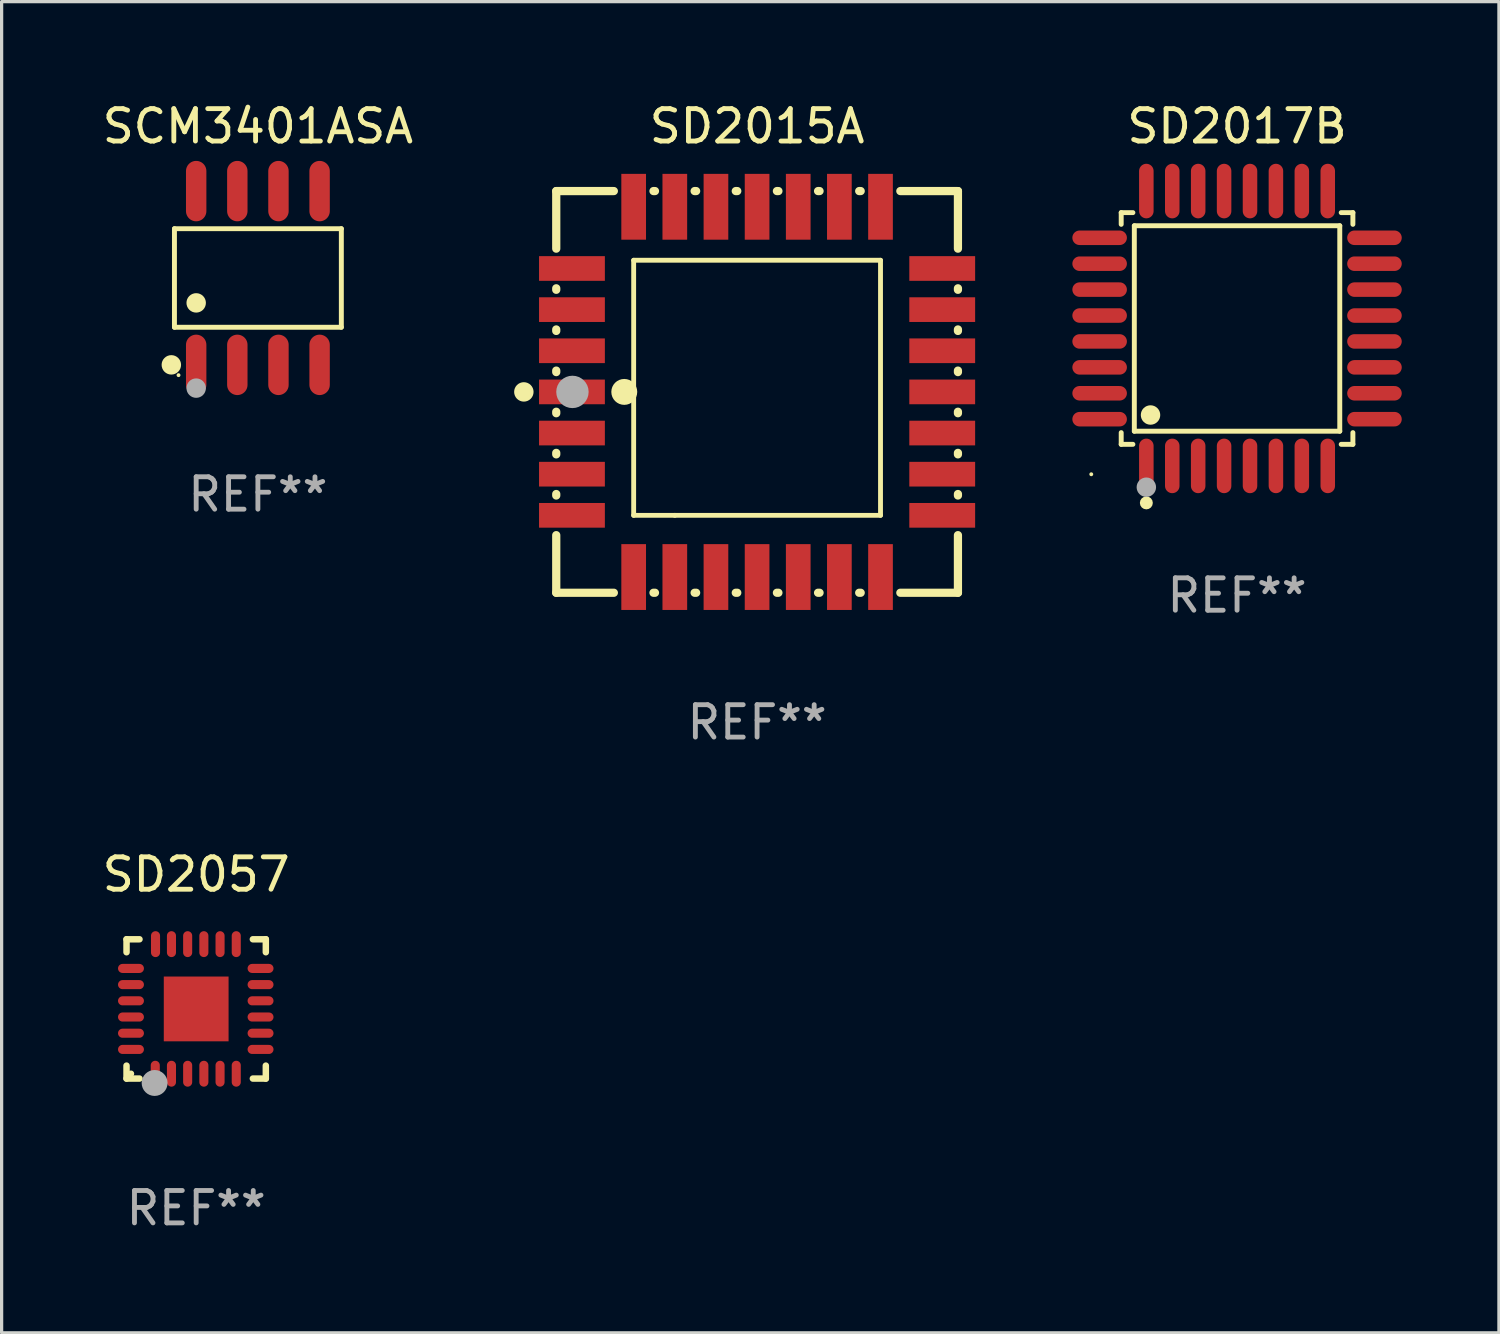
<source format=kicad_pcb>
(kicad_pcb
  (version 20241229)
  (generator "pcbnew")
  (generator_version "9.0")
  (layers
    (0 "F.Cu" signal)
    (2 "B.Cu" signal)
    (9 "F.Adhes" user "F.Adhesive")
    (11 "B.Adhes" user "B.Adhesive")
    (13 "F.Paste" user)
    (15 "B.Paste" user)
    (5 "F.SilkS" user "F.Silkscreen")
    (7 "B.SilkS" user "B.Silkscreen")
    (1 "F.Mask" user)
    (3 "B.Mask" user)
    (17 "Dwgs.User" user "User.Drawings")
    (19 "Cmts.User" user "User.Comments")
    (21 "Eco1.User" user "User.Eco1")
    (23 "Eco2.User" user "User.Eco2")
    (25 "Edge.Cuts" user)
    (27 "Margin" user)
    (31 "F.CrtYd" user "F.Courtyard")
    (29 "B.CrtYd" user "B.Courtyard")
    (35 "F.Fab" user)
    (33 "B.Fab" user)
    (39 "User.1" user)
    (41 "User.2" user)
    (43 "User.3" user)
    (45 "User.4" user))
  (footprint "SD2015A"
    (layer "F.Cu")
    (at 20.321 9.048)
    (property "Reference" "SD2015A" (at 0 -8.2 0) (layer "F.SilkS") (effects (font (size 1 1) (thickness 0.15))))
    (attr through_hole)
    (fp_line (start -6.2 -6.2) (end -4.422 -6.2) (stroke (width 0.254) (type solid)) (layer "F.SilkS"))
    (fp_line (start -6.2 -4.422) (end -6.2 -6.2) (stroke (width 0.254) (type solid)) (layer "F.SilkS"))
    (fp_line (start -6.2 -3.152) (end -6.2 -3.198) (stroke (width 0.254) (type solid)) (layer "F.SilkS"))
    (fp_line (start -6.2 -1.882) (end -6.2 -1.928) (stroke (width 0.254) (type solid)) (layer "F.SilkS"))
    (fp_line (start -6.2 -0.612) (end -6.2 -0.658) (stroke (width 0.254) (type solid)) (layer "F.SilkS"))
    (fp_line (start -6.2 0.658) (end -6.2 0.612) (stroke (width 0.254) (type solid)) (layer "F.SilkS"))
    (fp_line (start -6.2 1.928) (end -6.2 1.882) (stroke (width 0.254) (type solid)) (layer "F.SilkS"))
    (fp_line (start -6.2 3.198) (end -6.2 3.152) (stroke (width 0.254) (type solid)) (layer "F.SilkS"))
    (fp_line (start -6.2 6.2) (end -6.2 4.422) (stroke (width 0.254) (type solid)) (layer "F.SilkS"))
    (fp_line (start -4.422 6.2) (end -6.2 6.2) (stroke (width 0.254) (type solid)) (layer "F.SilkS"))
    (fp_line (start -3.81 -4.064) (end 3.81 -4.064) (stroke (width 0.15) (type solid)) (layer "F.SilkS"))
    (fp_line (start -3.81 3.81) (end -3.81 -4.064) (stroke (width 0.15) (type solid)) (layer "F.SilkS"))
    (fp_line (start -3.198 -6.2) (end -3.152 -6.2) (stroke (width 0.254) (type solid)) (layer "F.SilkS"))
    (fp_line (start -3.152 6.2) (end -3.198 6.2) (stroke (width 0.254) (type solid)) (layer "F.SilkS"))
    (fp_line (start -2.54 3.81) (end -3.81 3.81) (stroke (width 0.15) (type solid)) (layer "F.SilkS"))
    (fp_line (start -1.928 -6.2) (end -1.882 -6.2) (stroke (width 0.254) (type solid)) (layer "F.SilkS"))
    (fp_line (start -1.882 6.2) (end -1.928 6.2) (stroke (width 0.254) (type solid)) (layer "F.SilkS"))
    (fp_line (start -0.658 -6.2) (end -0.612 -6.2) (stroke (width 0.254) (type solid)) (layer "F.SilkS"))
    (fp_line (start -0.612 6.2) (end -0.658 6.2) (stroke (width 0.254) (type solid)) (layer "F.SilkS"))
    (fp_line (start 0.612 -6.2) (end 0.658 -6.2) (stroke (width 0.254) (type solid)) (layer "F.SilkS"))
    (fp_line (start 0.658 6.2) (end 0.612 6.2) (stroke (width 0.254) (type solid)) (layer "F.SilkS"))
    (fp_line (start 1.882 -6.2) (end 1.928 -6.2) (stroke (width 0.254) (type solid)) (layer "F.SilkS"))
    (fp_line (start 1.928 6.2) (end 1.882 6.2) (stroke (width 0.254) (type solid)) (layer "F.SilkS"))
    (fp_line (start 3.152 -6.2) (end 3.198 -6.2) (stroke (width 0.254) (type solid)) (layer "F.SilkS"))
    (fp_line (start 3.198 6.2) (end 3.152 6.2) (stroke (width 0.254) (type solid)) (layer "F.SilkS"))
    (fp_line (start 3.81 -4.064) (end 3.81 3.81) (stroke (width 0.15) (type solid)) (layer "F.SilkS"))
    (fp_line (start 3.81 3.81) (end -2.54 3.81) (stroke (width 0.15) (type solid)) (layer "F.SilkS"))
    (fp_line (start 4.422 -6.2) (end 6.2 -6.2) (stroke (width 0.254) (type solid)) (layer "F.SilkS"))
    (fp_line (start 6.2 -6.2) (end 6.2 -4.422) (stroke (width 0.254) (type solid)) (layer "F.SilkS"))
    (fp_line (start 6.2 -3.198) (end 6.2 -3.152) (stroke (width 0.254) (type solid)) (layer "F.SilkS"))
    (fp_line (start 6.2 -1.928) (end 6.2 -1.882) (stroke (width 0.254) (type solid)) (layer "F.SilkS"))
    (fp_line (start 6.2 -0.658) (end 6.2 -0.612) (stroke (width 0.254) (type solid)) (layer "F.SilkS"))
    (fp_line (start 6.2 0.612) (end 6.2 0.658) (stroke (width 0.254) (type solid)) (layer "F.SilkS"))
    (fp_line (start 6.2 1.882) (end 6.2 1.928) (stroke (width 0.254) (type solid)) (layer "F.SilkS"))
    (fp_line (start 6.2 3.152) (end 6.2 3.198) (stroke (width 0.254) (type solid)) (layer "F.SilkS"))
    (fp_line (start 6.2 4.422) (end 6.2 6.2) (stroke (width 0.254) (type solid)) (layer "F.SilkS"))
    (fp_line (start 6.2 6.2) (end 4.422 6.2) (stroke (width 0.254) (type solid)) (layer "F.SilkS"))
    (fp_circle (center -7.2 0) (end -7.05 0) (stroke (width 0.3) (type solid)) (fill no) (layer "F.SilkS"))
    (fp_circle (center -6.223 6.223) (end -6.193 6.223) (stroke (width 0.06) (type solid)) (fill no) (layer "F.SilkS"))
    (fp_circle (center -4.1 0) (end -3.9 0) (stroke (width 0.4) (type solid)) (fill no) (layer "F.SilkS"))
    (fp_circle (center -5.7 0) (end -5.45 0) (stroke (width 0.5) (type solid)) (fill no) (layer "F.Fab"))
    (fp_text user "REF**" (at 0 10.2 0) (layer "F.Fab") (effects (font (size 1 1) (thickness 0.15))))
    (pad "1" smd rect (at -5.715 0) (size 2.032 0.762) (layers "F.Cu" "F.Mask" "F.Paste"))
    (pad "2" smd rect (at -5.715 1.27) (size 2.032 0.762) (layers "F.Cu" "F.Mask" "F.Paste"))
    (pad "3" smd rect (at -5.715 2.54) (size 2.032 0.762) (layers "F.Cu" "F.Mask" "F.Paste"))
    (pad "4" smd rect (at -5.715 3.81) (size 2.032 0.762) (layers "F.Cu" "F.Mask" "F.Paste"))
    (pad "5" smd rect (at -3.81 5.715) (size 0.762 2.032) (layers "F.Cu" "F.Mask" "F.Paste"))
    (pad "6" smd rect (at -2.54 5.715) (size 0.762 2.032) (layers "F.Cu" "F.Mask" "F.Paste"))
    (pad "7" smd rect (at -1.27 5.715) (size 0.762 2.032) (layers "F.Cu" "F.Mask" "F.Paste"))
    (pad "8" smd rect (at 0 5.715) (size 0.762 2.032) (layers "F.Cu" "F.Mask" "F.Paste"))
    (pad "9" smd rect (at 1.27 5.715) (size 0.762 2.032) (layers "F.Cu" "F.Mask" "F.Paste"))
    (pad "10" smd rect (at 2.54 5.715) (size 0.762 2.032) (layers "F.Cu" "F.Mask" "F.Paste"))
    (pad "11" smd rect (at 3.81 5.715) (size 0.762 2.032) (layers "F.Cu" "F.Mask" "F.Paste"))
    (pad "12" smd rect (at 5.715 3.81) (size 2.032 0.762) (layers "F.Cu" "F.Mask" "F.Paste"))
    (pad "13" smd rect (at 5.715 2.54) (size 2.032 0.762) (layers "F.Cu" "F.Mask" "F.Paste"))
    (pad "14" smd rect (at 5.715 1.27) (size 2.032 0.762) (layers "F.Cu" "F.Mask" "F.Paste"))
    (pad "15" smd rect (at 5.715 0) (size 2.032 0.762) (layers "F.Cu" "F.Mask" "F.Paste"))
    (pad "16" smd rect (at 5.715 -1.27) (size 2.032 0.762) (layers "F.Cu" "F.Mask" "F.Paste"))
    (pad "17" smd rect (at 5.715 -2.54) (size 2.032 0.762) (layers "F.Cu" "F.Mask" "F.Paste"))
    (pad "18" smd rect (at 5.715 -3.81) (size 2.032 0.762) (layers "F.Cu" "F.Mask" "F.Paste"))
    (pad "19" smd rect (at 3.81 -5.715) (size 0.762 2.032) (layers "F.Cu" "F.Mask" "F.Paste"))
    (pad "20" smd rect (at 2.54 -5.715) (size 0.762 2.032) (layers "F.Cu" "F.Mask" "F.Paste"))
    (pad "21" smd rect (at 1.27 -5.715) (size 0.762 2.032) (layers "F.Cu" "F.Mask" "F.Paste"))
    (pad "22" smd rect (at 0 -5.715) (size 0.762 2.032) (layers "F.Cu" "F.Mask" "F.Paste"))
    (pad "23" smd rect (at -1.27 -5.715) (size 0.762 2.032) (layers "F.Cu" "F.Mask" "F.Paste"))
    (pad "24" smd rect (at -2.54 -5.715) (size 0.762 2.032) (layers "F.Cu" "F.Mask" "F.Paste"))
    (pad "25" smd rect (at -3.81 -5.715) (size 0.762 2.032) (layers "F.Cu" "F.Mask" "F.Paste"))
    (pad "26" smd rect (at -5.715 -3.81) (size 2.032 0.762) (layers "F.Cu" "F.Mask" "F.Paste"))
    (pad "27" smd rect (at -5.715 -2.54) (size 2.032 0.762) (layers "F.Cu" "F.Mask" "F.Paste"))
    (pad "28" smd rect (at -5.715 -1.27) (size 2.032 0.762) (layers "F.Cu" "F.Mask" "F.Paste")))
  (footprint "SD2017B"
    (layer "F.Cu")
    (at 35.137 7.09)
    (property "Reference" "SD2017B" (at 0 -6.242 0) (layer "F.SilkS") (effects (font (size 1 1) (thickness 0.15))))
    (attr through_hole)
    (fp_line (start -3.576 -3.576) (end -3.215 -3.576) (stroke (width 0.152) (type solid)) (layer "F.SilkS"))
    (fp_line (start -3.576 -3.215) (end -3.576 -3.576) (stroke (width 0.152) (type solid)) (layer "F.SilkS"))
    (fp_line (start -3.576 3.215) (end -3.576 3.576) (stroke (width 0.152) (type solid)) (layer "F.SilkS"))
    (fp_line (start -3.576 3.576) (end -3.215 3.576) (stroke (width 0.152) (type solid)) (layer "F.SilkS"))
    (fp_line (start -3.171 -3.171) (end 3.171 -3.171) (stroke (width 0.152) (type solid)) (layer "F.SilkS"))
    (fp_line (start -3.171 3.171) (end -3.171 -3.171) (stroke (width 0.152) (type solid)) (layer "F.SilkS"))
    (fp_line (start 3.171 -3.171) (end 3.171 3.171) (stroke (width 0.152) (type solid)) (layer "F.SilkS"))
    (fp_line (start 3.171 3.171) (end -3.171 3.171) (stroke (width 0.152) (type solid)) (layer "F.SilkS"))
    (fp_line (start 3.576 -3.576) (end 3.215 -3.576) (stroke (width 0.152) (type solid)) (layer "F.SilkS"))
    (fp_line (start 3.576 -3.215) (end 3.576 -3.576) (stroke (width 0.152) (type solid)) (layer "F.SilkS"))
    (fp_line (start 3.576 3.215) (end 3.576 3.576) (stroke (width 0.152) (type solid)) (layer "F.SilkS"))
    (fp_line (start 3.576 3.576) (end 3.215 3.576) (stroke (width 0.152) (type solid)) (layer "F.SilkS"))
    (fp_circle (center -4.5 4.5) (end -4.47 4.5) (stroke (width 0.06) (type solid)) (fill no) (layer "F.SilkS"))
    (fp_circle (center -2.8 5.384) (end -2.7 5.384) (stroke (width 0.2) (type solid)) (fill no) (layer "F.SilkS"))
    (fp_circle (center -2.671 2.671) (end -2.521 2.671) (stroke (width 0.3) (type solid)) (fill no) (layer "F.SilkS"))
    (fp_circle (center -2.8 4.9) (end -2.65 4.9) (stroke (width 0.3) (type solid)) (fill no) (layer "F.Fab"))
    (fp_text user "REF**" (at 0 8.242 0) (layer "F.Fab") (effects (font (size 1 1) (thickness 0.15))))
    (pad "1" smd oval (at -2.8 4.242) (size 0.448 1.684) (layers "F.Cu" "F.Mask" "F.Paste"))
    (pad "2" smd oval (at -2 4.242) (size 0.448 1.684) (layers "F.Cu" "F.Mask" "F.Paste"))
    (pad "3" smd oval (at -1.2 4.242) (size 0.448 1.684) (layers "F.Cu" "F.Mask" "F.Paste"))
    (pad "4" smd oval (at -0.4 4.242) (size 0.448 1.684) (layers "F.Cu" "F.Mask" "F.Paste"))
    (pad "5" smd oval (at 0.4 4.242) (size 0.448 1.684) (layers "F.Cu" "F.Mask" "F.Paste"))
    (pad "6" smd oval (at 1.2 4.242) (size 0.448 1.684) (layers "F.Cu" "F.Mask" "F.Paste"))
    (pad "7" smd oval (at 2 4.242) (size 0.448 1.684) (layers "F.Cu" "F.Mask" "F.Paste"))
    (pad "8" smd oval (at 2.8 4.242) (size 0.448 1.684) (layers "F.Cu" "F.Mask" "F.Paste"))
    (pad "9" smd oval (at 4.242 2.8) (size 1.684 0.448) (layers "F.Cu" "F.Mask" "F.Paste"))
    (pad "10" smd oval (at 4.242 2) (size 1.684 0.448) (layers "F.Cu" "F.Mask" "F.Paste"))
    (pad "11" smd oval (at 4.242 1.2) (size 1.684 0.448) (layers "F.Cu" "F.Mask" "F.Paste"))
    (pad "12" smd oval (at 4.242 0.4) (size 1.684 0.448) (layers "F.Cu" "F.Mask" "F.Paste"))
    (pad "13" smd oval (at 4.242 -0.4) (size 1.684 0.448) (layers "F.Cu" "F.Mask" "F.Paste"))
    (pad "14" smd oval (at 4.242 -1.2) (size 1.684 0.448) (layers "F.Cu" "F.Mask" "F.Paste"))
    (pad "15" smd oval (at 4.242 -2) (size 1.684 0.448) (layers "F.Cu" "F.Mask" "F.Paste"))
    (pad "16" smd oval (at 4.242 -2.8) (size 1.684 0.448) (layers "F.Cu" "F.Mask" "F.Paste"))
    (pad "17" smd oval (at 2.8 -4.242) (size 0.448 1.684) (layers "F.Cu" "F.Mask" "F.Paste"))
    (pad "18" smd oval (at 2 -4.242) (size 0.448 1.684) (layers "F.Cu" "F.Mask" "F.Paste"))
    (pad "19" smd oval (at 1.2 -4.242) (size 0.448 1.684) (layers "F.Cu" "F.Mask" "F.Paste"))
    (pad "20" smd oval (at 0.4 -4.242) (size 0.448 1.684) (layers "F.Cu" "F.Mask" "F.Paste"))
    (pad "21" smd oval (at -0.4 -4.242) (size 0.448 1.684) (layers "F.Cu" "F.Mask" "F.Paste"))
    (pad "22" smd oval (at -1.2 -4.242) (size 0.448 1.684) (layers "F.Cu" "F.Mask" "F.Paste"))
    (pad "23" smd oval (at -2 -4.242) (size 0.448 1.684) (layers "F.Cu" "F.Mask" "F.Paste"))
    (pad "24" smd oval (at -2.8 -4.242) (size 0.448 1.684) (layers "F.Cu" "F.Mask" "F.Paste"))
    (pad "25" smd oval (at -4.242 -2.8) (size 1.684 0.448) (layers "F.Cu" "F.Mask" "F.Paste"))
    (pad "26" smd oval (at -4.242 -2) (size 1.684 0.448) (layers "F.Cu" "F.Mask" "F.Paste"))
    (pad "27" smd oval (at -4.242 -1.2) (size 1.684 0.448) (layers "F.Cu" "F.Mask" "F.Paste"))
    (pad "28" smd oval (at -4.242 -0.4) (size 1.684 0.448) (layers "F.Cu" "F.Mask" "F.Paste"))
    (pad "29" smd oval (at -4.242 0.4) (size 1.684 0.448) (layers "F.Cu" "F.Mask" "F.Paste"))
    (pad "30" smd oval (at -4.242 1.2) (size 1.684 0.448) (layers "F.Cu" "F.Mask" "F.Paste"))
    (pad "31" smd oval (at -4.242 2) (size 1.684 0.448) (layers "F.Cu" "F.Mask" "F.Paste"))
    (pad "32" smd oval (at -4.242 2.8) (size 1.684 0.448) (layers "F.Cu" "F.Mask" "F.Paste")))
  (footprint "SD2057"
    (layer "F.Cu")
    (at 3.006 28.095)
    (property "Reference" "SD2057" (at 0 -4.15 0) (layer "F.SilkS") (effects (font (size 1 1) (thickness 0.15))))
    (attr through_hole)
    (fp_line (start -2.15 -2.15) (end -1.75 -2.15) (stroke (width 0.2) (type solid)) (layer "F.SilkS"))
    (fp_line (start -2.15 -1.75) (end -2.15 -2.15) (stroke (width 0.2) (type solid)) (layer "F.SilkS"))
    (fp_line (start -2.15 2.15) (end -2.15 1.75) (stroke (width 0.2) (type solid)) (layer "F.SilkS"))
    (fp_line (start -1.75 2.15) (end -2.15 2.15) (stroke (width 0.2) (type solid)) (layer "F.SilkS"))
    (fp_line (start 2.15 -2.15) (end 1.75 -2.15) (stroke (width 0.2) (type solid)) (layer "F.SilkS"))
    (fp_line (start 2.15 -1.75) (end 2.15 -2.15) (stroke (width 0.2) (type solid)) (layer "F.SilkS"))
    (fp_line (start 2.15 1.75) (end 2.15 2.15) (stroke (width 0.2) (type solid)) (layer "F.SilkS"))
    (fp_line (start 2.15 2.15) (end 1.75 2.15) (stroke (width 0.2) (type solid)) (layer "F.SilkS"))
    (fp_circle (center -2.013 2) (end -1.963 2) (stroke (width 0.1) (type solid)) (fill no) (layer "F.SilkS"))
    (fp_circle (center -1.283 2.286) (end -1.083 2.286) (stroke (width 0.4) (type solid)) (fill no) (layer "F.Fab"))
    (fp_text user "REF**" (at 0 6.15 0) (layer "F.Fab") (effects (font (size 1 1) (thickness 0.15))))
    (pad "1" smd oval (at -1.263 2) (size 0.28 0.8) (layers "F.Cu" "F.Mask" "F.Paste"))
    (pad "2" smd oval (at -0.763 2) (size 0.28 0.8) (layers "F.Cu" "F.Mask" "F.Paste"))
    (pad "3" smd oval (at -0.263 2) (size 0.28 0.8) (layers "F.Cu" "F.Mask" "F.Paste"))
    (pad "4" smd oval (at 0.237 2) (size 0.28 0.8) (layers "F.Cu" "F.Mask" "F.Paste"))
    (pad "5" smd oval (at 0.737 2) (size 0.28 0.8) (layers "F.Cu" "F.Mask" "F.Paste"))
    (pad "6" smd oval (at 1.237 2) (size 0.28 0.8) (layers "F.Cu" "F.Mask" "F.Paste"))
    (pad "7" smd oval (at 1.987 1.25) (size 0.8 0.28) (layers "F.Cu" "F.Mask" "F.Paste"))
    (pad "8" smd oval (at 1.987 0.75) (size 0.8 0.28) (layers "F.Cu" "F.Mask" "F.Paste"))
    (pad "9" smd oval (at 1.987 0.25) (size 0.8 0.28) (layers "F.Cu" "F.Mask" "F.Paste"))
    (pad "10" smd oval (at 1.987 -0.25) (size 0.8 0.28) (layers "F.Cu" "F.Mask" "F.Paste"))
    (pad "11" smd oval (at 1.987 -0.75) (size 0.8 0.28) (layers "F.Cu" "F.Mask" "F.Paste"))
    (pad "12" smd oval (at 1.987 -1.25) (size 0.8 0.28) (layers "F.Cu" "F.Mask" "F.Paste"))
    (pad "13" smd oval (at 1.237 -2) (size 0.28 0.8) (layers "F.Cu" "F.Mask" "F.Paste"))
    (pad "14" smd oval (at 0.737 -2) (size 0.28 0.8) (layers "F.Cu" "F.Mask" "F.Paste"))
    (pad "15" smd oval (at 0.237 -2) (size 0.28 0.8) (layers "F.Cu" "F.Mask" "F.Paste"))
    (pad "16" smd oval (at -0.263 -2) (size 0.28 0.8) (layers "F.Cu" "F.Mask" "F.Paste"))
    (pad "17" smd oval (at -0.763 -2) (size 0.28 0.8) (layers "F.Cu" "F.Mask" "F.Paste"))
    (pad "18" smd oval (at -1.255 -2) (size 0.28 0.8) (layers "F.Cu" "F.Mask" "F.Paste"))
    (pad "19" smd oval (at -2.013 -1.25) (size 0.8 0.28) (layers "F.Cu" "F.Mask" "F.Paste"))
    (pad "20" smd oval (at -2.013 -0.75) (size 0.8 0.28) (layers "F.Cu" "F.Mask" "F.Paste"))
    (pad "21" smd oval (at -2.013 -0.25) (size 0.8 0.28) (layers "F.Cu" "F.Mask" "F.Paste"))
    (pad "22" smd oval (at -2.013 0.25) (size 0.8 0.28) (layers "F.Cu" "F.Mask" "F.Paste"))
    (pad "23" smd oval (at -2.013 0.75) (size 0.8 0.28) (layers "F.Cu" "F.Mask" "F.Paste"))
    (pad "24" smd oval (at -2.013 1.25) (size 0.8 0.28) (layers "F.Cu" "F.Mask" "F.Paste"))
    (pad "25" smd rect (at -0.000013 0) (size 2 2) (layers "F.Cu" "F.Mask" "F.Paste")))
  (footprint "SCM3401ASA"
    (layer "F.Cu")
    (at 4.911 5.531)
    (property "Reference" "SCM3401ASA" (at 0 -4.682 0) (layer "F.SilkS") (effects (font (size 1 1) (thickness 0.15))))
    (attr through_hole)
    (fp_line (start -2.576 -1.521) (end 2.576 -1.521) (stroke (width 0.152) (type solid)) (layer "F.SilkS"))
    (fp_line (start -2.576 1.521) (end -2.576 -1.521) (stroke (width 0.152) (type solid)) (layer "F.SilkS"))
    (fp_line (start 2.576 -1.521) (end 2.576 1.521) (stroke (width 0.152) (type solid)) (layer "F.SilkS"))
    (fp_line (start 2.576 1.521) (end -2.576 1.521) (stroke (width 0.152) (type solid)) (layer "F.SilkS"))
    (fp_circle (center -2.672 2.682) (end -2.522 2.682) (stroke (width 0.3) (type solid)) (fill no) (layer "F.SilkS"))
    (fp_circle (center -2.45 3) (end -2.42 3) (stroke (width 0.06) (type solid)) (fill no) (layer "F.SilkS"))
    (fp_circle (center -1.905 0.769) (end -1.755 0.769) (stroke (width 0.3) (type solid)) (fill no) (layer "F.SilkS"))
    (fp_circle (center -1.905 3.4) (end -1.755 3.4) (stroke (width 0.3) (type solid)) (fill no) (layer "F.Fab"))
    (fp_text user "REF**" (at 0 6.682 0) (layer "F.Fab") (effects (font (size 1 1) (thickness 0.15))))
    (pad "1" smd oval (at -1.905 2.682) (size 0.63 1.865) (layers "F.Cu" "F.Mask" "F.Paste"))
    (pad "2" smd oval (at -0.635 2.682) (size 0.63 1.865) (layers "F.Cu" "F.Mask" "F.Paste"))
    (pad "3" smd oval (at 0.635 2.682) (size 0.63 1.865) (layers "F.Cu" "F.Mask" "F.Paste"))
    (pad "4" smd oval (at 1.905 2.682) (size 0.63 1.865) (layers "F.Cu" "F.Mask" "F.Paste"))
    (pad "5" smd oval (at 1.905 -2.682) (size 0.63 1.865) (layers "F.Cu" "F.Mask" "F.Paste"))
    (pad "6" smd oval (at 0.635 -2.682) (size 0.63 1.865) (layers "F.Cu" "F.Mask" "F.Paste"))
    (pad "7" smd oval (at -0.635 -2.682) (size 0.63 1.865) (layers "F.Cu" "F.Mask" "F.Paste"))
    (pad "8" smd oval (at -1.905 -2.682) (size 0.63 1.865) (layers "F.Cu" "F.Mask" "F.Paste")))
  (gr_rect
    (start -3 -3)
    (end 43.221 38.093)
    (stroke (width 0.1) (type default))
    (fill no)
    (layer "Edge.Cuts")))
</source>
